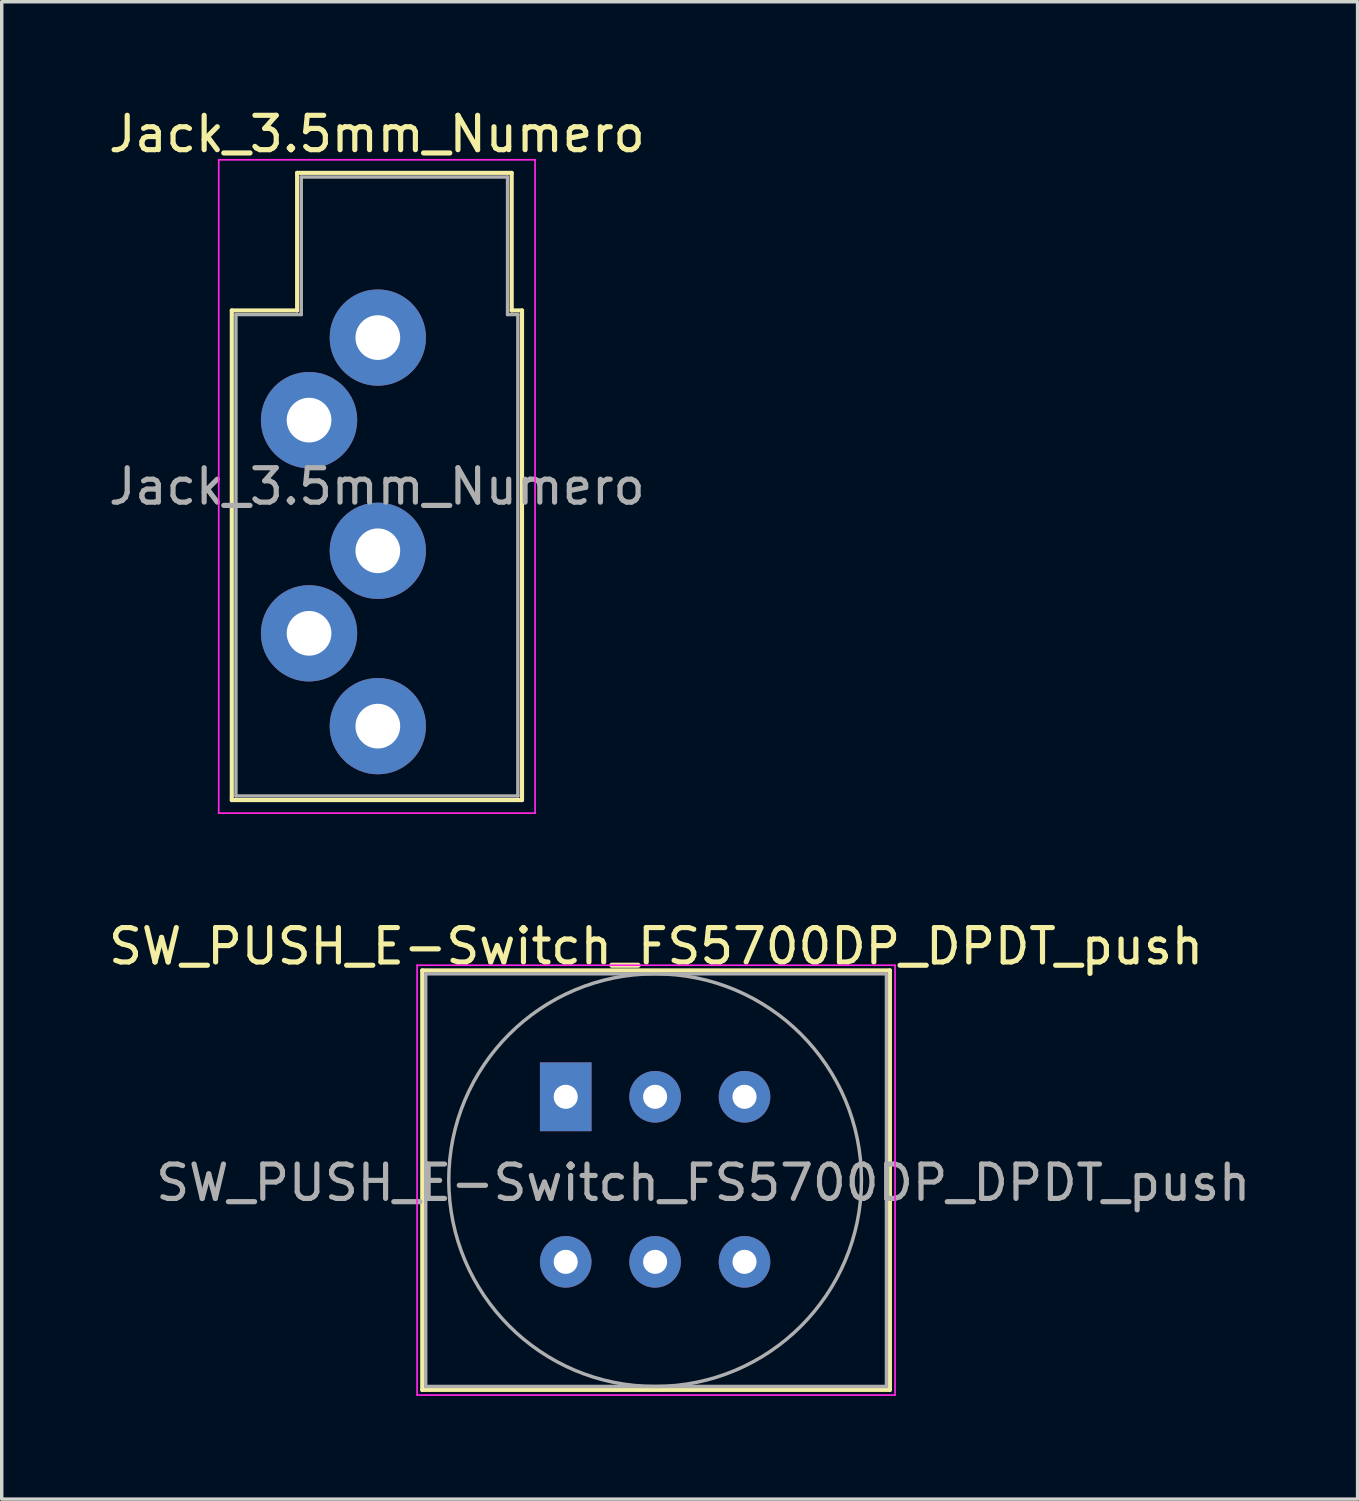
<source format=kicad_pcb>
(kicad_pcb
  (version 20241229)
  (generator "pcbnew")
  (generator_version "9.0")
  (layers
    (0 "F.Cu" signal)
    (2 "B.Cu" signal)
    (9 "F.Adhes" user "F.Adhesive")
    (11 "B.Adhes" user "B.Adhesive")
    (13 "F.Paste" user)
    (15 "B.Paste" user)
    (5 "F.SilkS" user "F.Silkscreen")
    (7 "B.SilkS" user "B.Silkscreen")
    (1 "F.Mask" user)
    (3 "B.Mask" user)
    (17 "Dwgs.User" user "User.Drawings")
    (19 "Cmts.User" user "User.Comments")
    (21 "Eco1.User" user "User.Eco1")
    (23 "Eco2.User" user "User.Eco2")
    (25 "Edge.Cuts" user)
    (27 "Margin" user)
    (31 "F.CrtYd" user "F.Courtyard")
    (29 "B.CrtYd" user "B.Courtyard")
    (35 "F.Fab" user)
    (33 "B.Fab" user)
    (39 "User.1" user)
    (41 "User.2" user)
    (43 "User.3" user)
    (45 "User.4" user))
  (footprint "SW_PUSH_E-Switch_FS5700DP_DPDT_push"
    (layer "F.Cu")
    (at 12.03 28.771)
    (property "Reference" "SW_PUSH_E-Switch_FS5700DP_DPDT_push" (at 4 -4.3 0) (layer "F.SilkS") (effects (font (size 1 1) (thickness 0.15))))
    (attr through_hole)
    (fp_line (start -2.8 -3.6) (end -2.8 8.6) (stroke (width 0.12) (type solid)) (layer "F.SilkS"))
    (fp_line (start -2.8 -3.6) (end 10.8 -3.6) (stroke (width 0.12) (type solid)) (layer "F.SilkS"))
    (fp_line (start 10.8 8.6) (end -2.8 8.6) (stroke (width 0.12) (type solid)) (layer "F.SilkS"))
    (fp_line (start 10.8 8.6) (end 10.8 -3.6) (stroke (width 0.12) (type solid)) (layer "F.SilkS"))
    (fp_line (start -2.95 -3.75) (end 10.95 -3.75) (stroke (width 0.05) (type solid)) (layer "F.CrtYd"))
    (fp_line (start -2.95 8.75) (end -2.95 -3.75) (stroke (width 0.05) (type solid)) (layer "F.CrtYd"))
    (fp_line (start 10.95 -3.75) (end 10.95 8.75) (stroke (width 0.05) (type solid)) (layer "F.CrtYd"))
    (fp_line (start 10.95 8.75) (end -2.95 8.75) (stroke (width 0.05) (type solid)) (layer "F.CrtYd"))
    (fp_line (start -2.7 -3.5) (end 10.7 -3.5) (stroke (width 0.1) (type solid)) (layer "F.Fab"))
    (fp_line (start -2.7 8.5) (end -2.7 -3.5) (stroke (width 0.1) (type solid)) (layer "F.Fab"))
    (fp_line (start 10.7 -3.5) (end 10.7 8.5) (stroke (width 0.1) (type solid)) (layer "F.Fab"))
    (fp_line (start 10.7 8.5) (end -2.7 8.5) (stroke (width 0.1) (type solid)) (layer "F.Fab"))
    (fp_circle (center 3.972 2.5) (end 9.972 2.6) (stroke (width 0.1) (type solid)) (fill no) (layer "F.Fab"))
    (fp_text user "${REFERENCE}" (at 5.372 2.576 0) (layer "F.Fab") (effects (font (size 1 1) (thickness 0.15))))
    (pad "1" thru_hole rect (at 1.372 0.076) (size 1.5 2) (drill 0.7) (layers "*.Cu" "*.Mask"))
    (pad "2" thru_hole circle (at 3.972 0.076) (size 1.5 1.5) (drill 0.7) (layers "*.Cu" "*.Mask"))
    (pad "3" thru_hole circle (at 6.572 0.076) (size 1.5 1.5) (drill 0.7) (layers "*.Cu" "*.Mask"))
    (pad "4" thru_hole circle (at 1.372 4.876) (size 1.5 1.5) (drill 0.7) (layers "*.Cu" "*.Mask"))
    (pad "5" thru_hole circle (at 3.972 4.876) (size 1.5 1.5) (drill 0.7) (layers "*.Cu" "*.Mask"))
    (pad "6" thru_hole circle (at 6.572 4.876) (size 1.5 1.5) (drill 0.7) (layers "*.Cu" "*.Mask")))
  (footprint "Jack_3.5mm_Numero"
    (layer "F.Cu")
    (at 7.811 7.298)
    (property "Reference" "Jack_3.5mm_Numero" (at 0.1 -6.45 0) (layer "F.SilkS") (effects (font (size 1 1) (thickness 0.15))))
    (attr through_hole)
    (fp_line (start -4.12 -1.32) (end -2.22 -1.32) (stroke (width 0.12) (type solid)) (layer "F.SilkS"))
    (fp_line (start -4.12 12.92) (end -4.12 -1.32) (stroke (width 0.12) (type solid)) (layer "F.SilkS"))
    (fp_line (start -2.22 -5.32) (end 4.02 -5.32) (stroke (width 0.12) (type solid)) (layer "F.SilkS"))
    (fp_line (start -2.22 -1.32) (end -2.22 -5.32) (stroke (width 0.12) (type solid)) (layer "F.SilkS"))
    (fp_line (start 4.02 -5.32) (end 4.02 -1.32) (stroke (width 0.12) (type solid)) (layer "F.SilkS"))
    (fp_line (start 4.02 -1.32) (end 4.32 -1.32) (stroke (width 0.12) (type solid)) (layer "F.SilkS"))
    (fp_line (start 4.32 -1.32) (end 4.32 12.92) (stroke (width 0.12) (type solid)) (layer "F.SilkS"))
    (fp_line (start 4.32 12.92) (end -4.12 12.92) (stroke (width 0.12) (type solid)) (layer "F.SilkS"))
    (fp_line (start -4.5 -5.7) (end -4.5 13.3) (stroke (width 0.05) (type solid)) (layer "F.CrtYd"))
    (fp_line (start -4.5 13.3) (end 4.7 13.3) (stroke (width 0.05) (type solid)) (layer "F.CrtYd"))
    (fp_line (start 4.7 -5.7) (end -4.5 -5.7) (stroke (width 0.05) (type solid)) (layer "F.CrtYd"))
    (fp_line (start 4.7 13.3) (end 4.7 -5.7) (stroke (width 0.05) (type solid)) (layer "F.CrtYd"))
    (fp_line (start -4 -1.2) (end -2.1 -1.2) (stroke (width 0.1) (type solid)) (layer "F.Fab"))
    (fp_line (start -4 12.8) (end -4 -1.2) (stroke (width 0.1) (type solid)) (layer "F.Fab"))
    (fp_line (start -2.1 -5.2) (end 3.9 -5.2) (stroke (width 0.1) (type solid)) (layer "F.Fab"))
    (fp_line (start -2.1 -1.2) (end -2.1 -5.2) (stroke (width 0.1) (type solid)) (layer "F.Fab"))
    (fp_line (start 3.9 -5.2) (end 3.9 -1.2) (stroke (width 0.1) (type solid)) (layer "F.Fab"))
    (fp_line (start 3.9 -1.2) (end 4.2 -1.2) (stroke (width 0.1) (type solid)) (layer "F.Fab"))
    (fp_line (start 4.2 -1.2) (end 4.2 12.8) (stroke (width 0.1) (type solid)) (layer "F.Fab"))
    (fp_line (start 4.2 12.8) (end -4 12.8) (stroke (width 0.1) (type solid)) (layer "F.Fab"))
    (fp_text user "${REFERENCE}" (at 0.1 3.8 0) (layer "F.Fab") (effects (font (size 1 1) (thickness 0.15))))
    (pad "1" thru_hole circle (at 0.127 10.77) (size 2.8 2.8) (drill 1.3) (layers "*.Cu" "*.Mask"))
    (pad "2" thru_hole circle (at -1.873 8.07) (size 2.8 2.8) (drill 1.3) (layers "*.Cu" "*.Mask"))
    (pad "3" thru_hole circle (at 0.127 5.67) (size 2.8 2.8) (drill 1.3) (layers "*.Cu" "*.Mask"))
    (pad "4" thru_hole circle (at -1.873 1.87) (size 2.8 2.8) (drill 1.3) (layers "*.Cu" "*.Mask"))
    (pad "5" thru_hole circle (at 0.127 -0.53) (size 2.8 2.8) (drill 1.3) (layers "*.Cu" "*.Mask")))
  (gr_rect
    (start -3 -3)
    (end 36.431 40.547)
    (stroke (width 0.1) (type default))
    (fill no)
    (layer "Edge.Cuts")))
</source>
